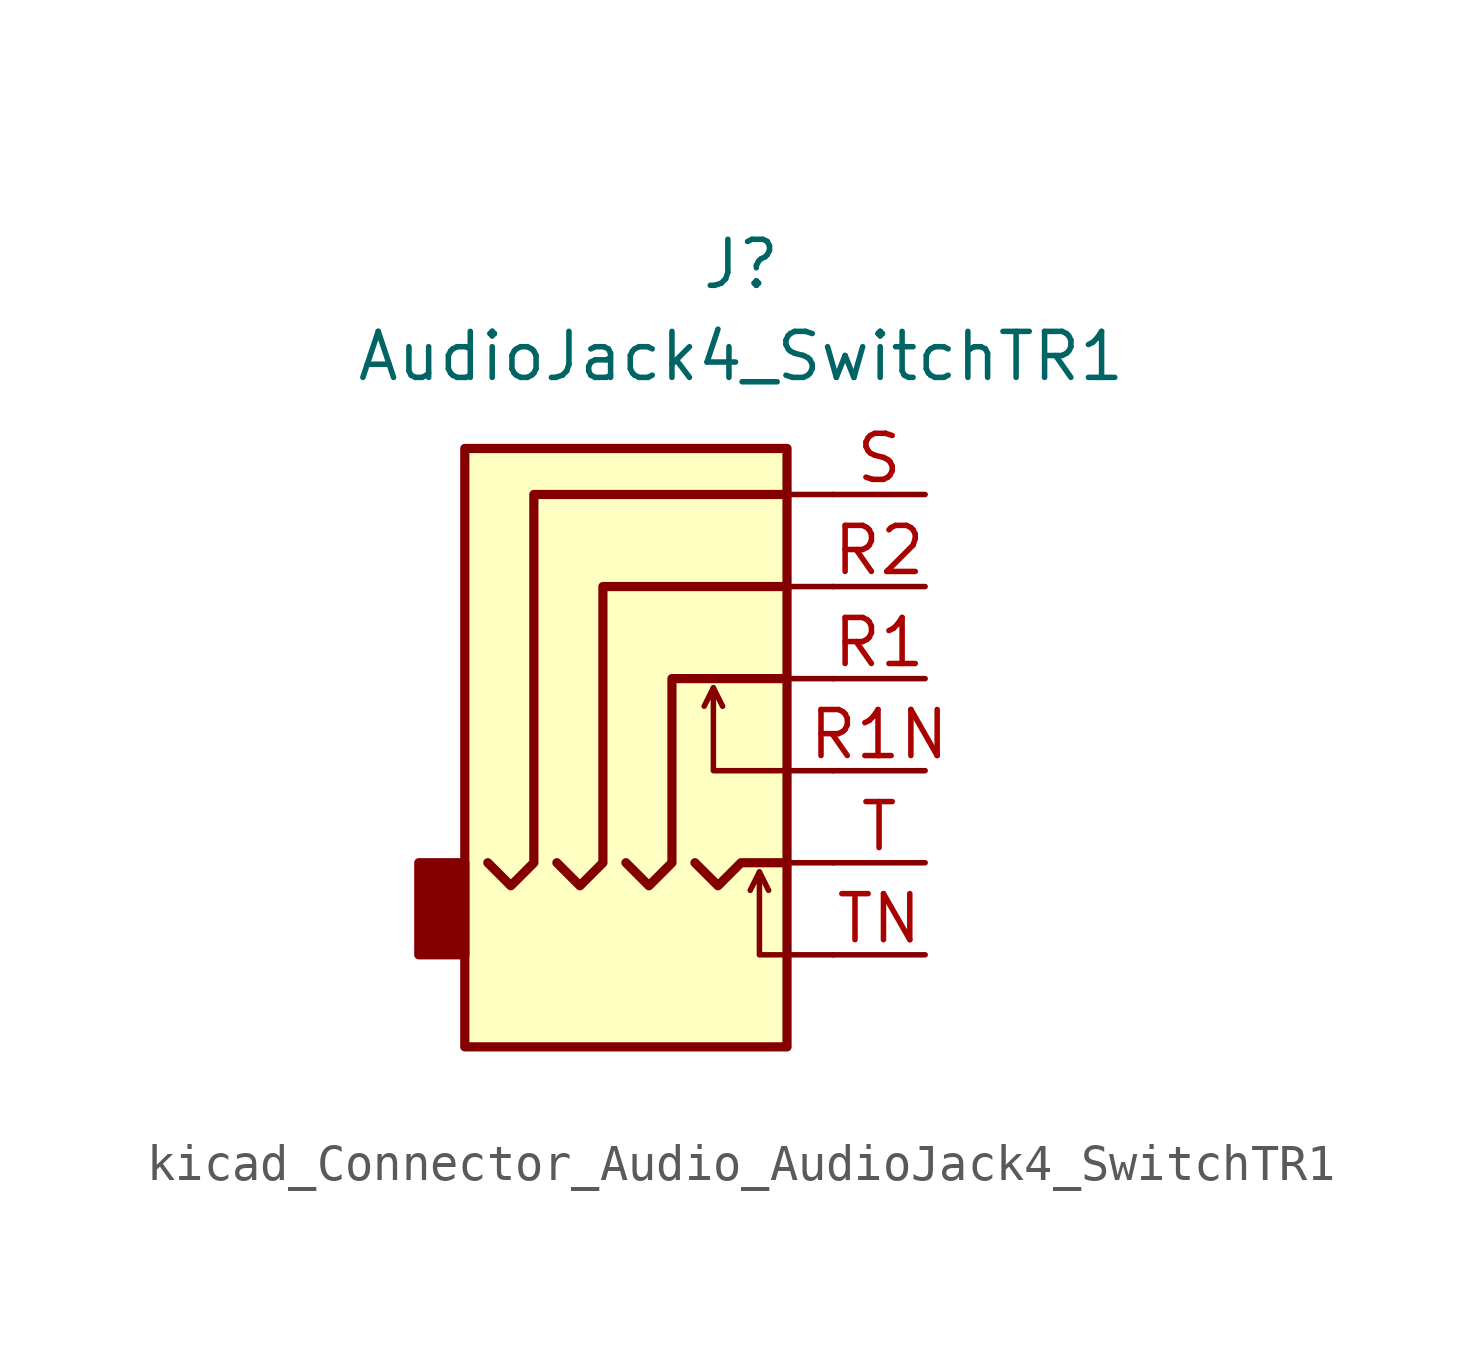
<source format=kicad_sym>
(kicad_symbol_lib
  (version 20220914)
  (generator kicad_symbol_editor)
  (symbol "kicad_Connector_Audio_AudioJack4_SwitchTR1"
    (property "Reference" "J"
      (at 0 11.43 0)
      (effects (font (size 1.27 1.27))))
    (property "Value" "AudioJack4_SwitchTR1"
      (at 0 8.89 0)
      (effects (font (size 1.27 1.27))))
    (symbol "kicad_Connector_Audio_AudioJack4_SwitchTR1_0_1"
      (rectangle (start -7.62 -5.08) (end -8.89 -7.62) (stroke (width 0.254) (type default)) (fill (type outline)))
      (polyline (pts (xy 1.27 -5.08) (xy 2.54 -5.08)) (stroke (width 0) (type default)) (fill (type none)))
      (polyline (pts (xy 1.27 2.54) (xy 2.54 2.54)) (stroke (width 0) (type default)) (fill (type none)))
      (polyline (pts (xy 2.54 0) (xy 1.27 0)) (stroke (width 0) (type default)) (fill (type none)))
      (polyline (pts (xy 2.54 5.08) (xy 1.27 5.08)) (stroke (width 0) (type default)) (fill (type none)))
      (rectangle (start 1.27 6.35) (end -7.62 -10.16) (stroke (width 0.254) (type default)) (fill (type background))))
    (symbol "kicad_Connector_Audio_AudioJack4_SwitchTR1_1_1"
      (polyline (pts (xy -0.762 -0.254) (xy -0.508 -0.762)) (stroke (width 0) (type default)) (fill (type none)))
      (polyline (pts (xy 0.508 -5.334) (xy 0.762 -5.842)) (stroke (width 0) (type default)) (fill (type none)))
      (polyline (pts (xy -1.27 -5.08) (xy -0.635 -5.715) (xy 0 -5.08) (xy 1.27 -5.08)) (stroke (width 0.254) (type default)) (fill (type none)))
      (polyline (pts (xy 2.54 -7.62) (xy 0.508 -7.62) (xy 0.508 -5.334) (xy 0.254 -5.842)) (stroke (width 0) (type default)) (fill (type none)))
      (polyline (pts (xy 2.54 -2.54) (xy -0.762 -2.54) (xy -0.762 -0.254) (xy -1.016 -0.762)) (stroke (width 0) (type default)) (fill (type none)))
      (polyline (pts (xy -3.175 -5.08) (xy -2.54 -5.715) (xy -1.905 -5.08) (xy -1.905 0) (xy 1.27 0)) (stroke (width 0.254) (type default)) (fill (type none)))
      (polyline (pts (xy 1.27 2.54) (xy -3.81 2.54) (xy -3.81 -5.08) (xy -4.445 -5.715) (xy -5.08 -5.08)) (stroke (width 0.254) (type default)) (fill (type none)))
      (polyline (pts (xy 1.27 5.08) (xy -5.715 5.08) (xy -5.715 -5.08) (xy -6.35 -5.715) (xy -6.985 -5.08)) (stroke (width 0.254) (type default)) (fill (type none)))
      (pin passive line (at 5.08 0 180) (length 2.54) (name "~" (effects (font (size 1.27 1.27)))) (number "R1" (effects (font (size 1.27 1.27)))))
      (pin passive line (at 5.08 -2.54 180) (length 2.54) (name "~" (effects (font (size 1.27 1.27)))) (number "R1N" (effects (font (size 1.27 1.27)))))
      (pin passive line (at 5.08 2.54 180) (length 2.54) (name "~" (effects (font (size 1.27 1.27)))) (number "R2" (effects (font (size 1.27 1.27)))))
      (pin passive line (at 5.08 5.08 180) (length 2.54) (name "~" (effects (font (size 1.27 1.27)))) (number "S" (effects (font (size 1.27 1.27)))))
      (pin passive line (at 5.08 -5.08 180) (length 2.54) (name "~" (effects (font (size 1.27 1.27)))) (number "T" (effects (font (size 1.27 1.27)))))
      (pin passive line (at 5.08 -7.62 180) (length 2.54) (name "~" (effects (font (size 1.27 1.27)))) (number "TN" (effects (font (size 1.27 1.27))))))))
</source>
